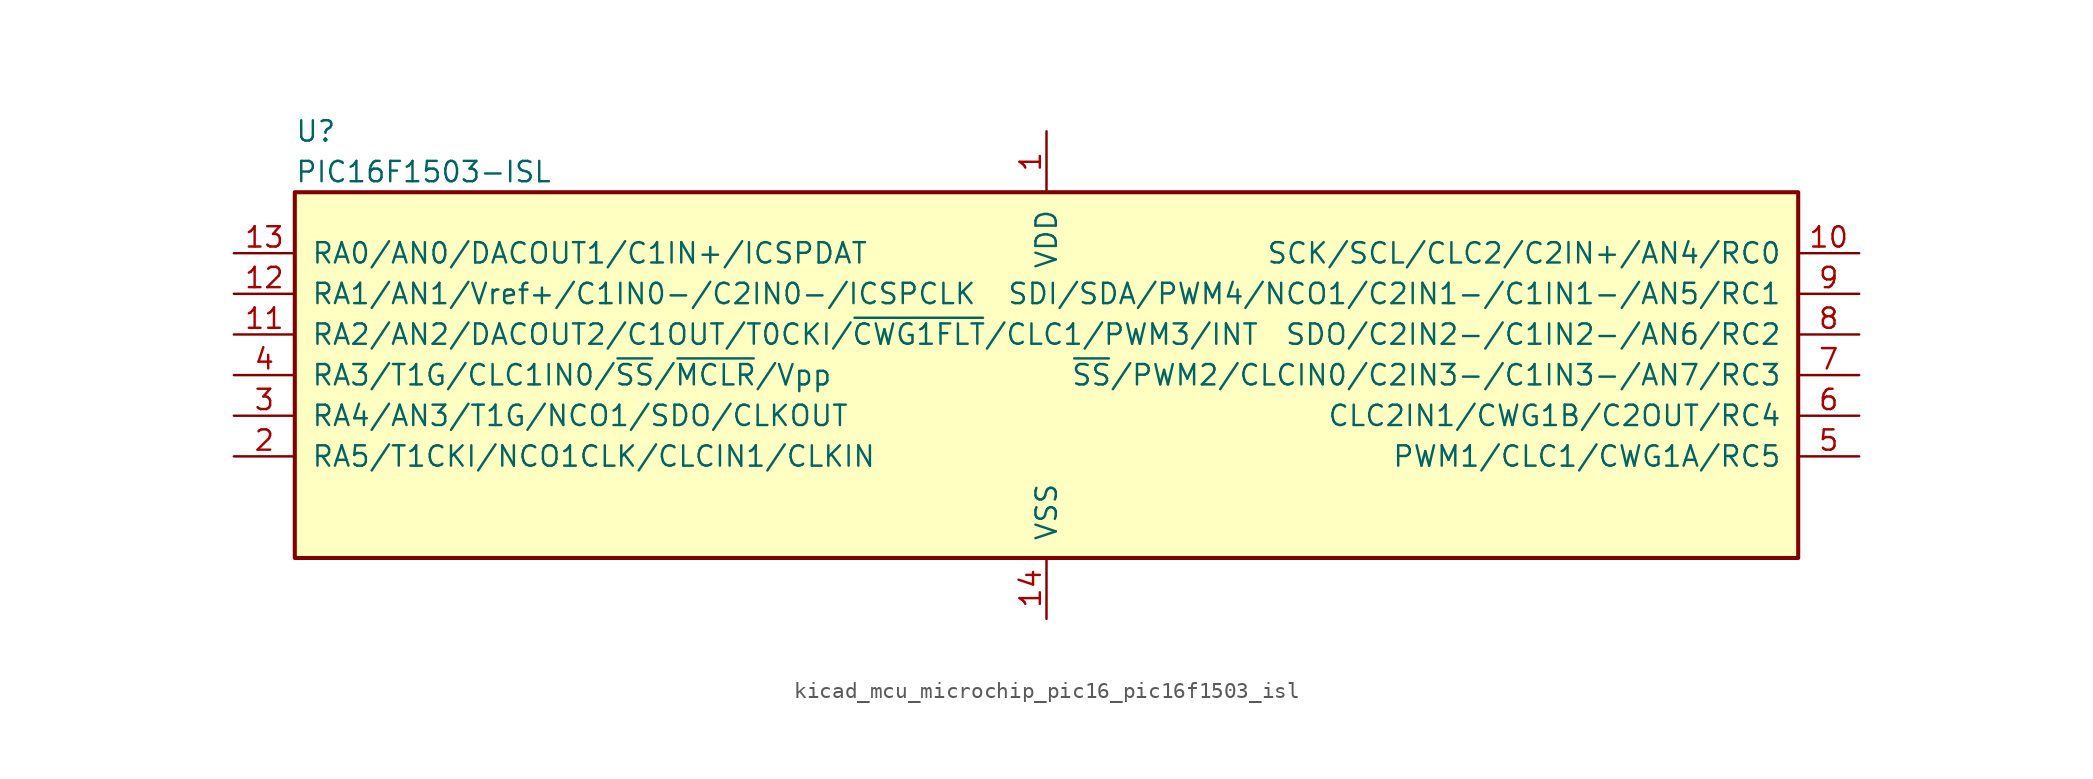
<source format=kicad_sym>
(kicad_symbol_lib
  (version 20220914)
  (generator kicad_symbol_editor)
  (symbol "kicad_mcu_microchip_pic16_pic16f1503_isl"
    (pin_names
      (offset 1.016))
    (property "Reference" "U"
      (at -46.99 15.24 0)
      (effects (font (size 1.27 1.27)) (justify left)))
    (property "Value" "PIC16F1503-ISL"
      (at -46.99 12.7 0)
      (effects (font (size 1.27 1.27)) (justify left)))
    (symbol "kicad_mcu_microchip_pic16_pic16f1503_isl_0_1"
      (rectangle (start -46.99 11.43) (end 46.99 -11.43) (stroke (width 0.254) (type default)) (fill (type background))))
    (symbol "kicad_mcu_microchip_pic16_pic16f1503_isl_1_1"
      (pin power_in line (at 0 15.24 270) (length 3.81) (name "VDD" (effects (font (size 1.27 1.27)))) (number "1" (effects (font (size 1.27 1.27)))))
      (pin bidirectional line (at 50.8 7.62 180) (length 3.81) (name "SCK/SCL/CLC2/C2IN+/AN4/RC0" (effects (font (size 1.27 1.27)))) (number "10" (effects (font (size 1.27 1.27)))))
      (pin bidirectional line (at -50.8 2.54 0) (length 3.81) (name "RA2/AN2/DACOUT2/C1OUT/T0CKI/~{CWG1FLT}/CLC1/PWM3/INT" (effects (font (size 1.27 1.27)))) (number "11" (effects (font (size 1.27 1.27)))))
      (pin bidirectional line (at -50.8 5.08 0) (length 3.81) (name "RA1/AN1/Vref+/C1IN0-/C2IN0-/ICSPCLK" (effects (font (size 1.27 1.27)))) (number "12" (effects (font (size 1.27 1.27)))))
      (pin bidirectional line (at -50.8 7.62 0) (length 3.81) (name "RA0/AN0/DACOUT1/C1IN+/ICSPDAT" (effects (font (size 1.27 1.27)))) (number "13" (effects (font (size 1.27 1.27)))))
      (pin power_in line (at 0 -15.24 90) (length 3.81) (name "VSS" (effects (font (size 1.27 1.27)))) (number "14" (effects (font (size 1.27 1.27)))))
      (pin bidirectional line (at -50.8 -5.08 0) (length 3.81) (name "RA5/T1CKI/NCO1CLK/CLCIN1/CLKIN" (effects (font (size 1.27 1.27)))) (number "2" (effects (font (size 1.27 1.27)))))
      (pin bidirectional line (at -50.8 -2.54 0) (length 3.81) (name "RA4/AN3/T1G/NCO1/SDO/CLKOUT" (effects (font (size 1.27 1.27)))) (number "3" (effects (font (size 1.27 1.27)))))
      (pin input line (at -50.8 0 0) (length 3.81) (name "RA3/T1G/CLC1IN0/~{SS}/~{MCLR}/Vpp" (effects (font (size 1.27 1.27)))) (number "4" (effects (font (size 1.27 1.27)))))
      (pin bidirectional line (at 50.8 -5.08 180) (length 3.81) (name "PWM1/CLC1/CWG1A/RC5" (effects (font (size 1.27 1.27)))) (number "5" (effects (font (size 1.27 1.27)))))
      (pin bidirectional line (at 50.8 -2.54 180) (length 3.81) (name "CLC2IN1/CWG1B/C2OUT/RC4" (effects (font (size 1.27 1.27)))) (number "6" (effects (font (size 1.27 1.27)))))
      (pin bidirectional line (at 50.8 0 180) (length 3.81) (name "~{SS}/PWM2/CLCIN0/C2IN3-/C1IN3-/AN7/RC3" (effects (font (size 1.27 1.27)))) (number "7" (effects (font (size 1.27 1.27)))))
      (pin bidirectional line (at 50.8 2.54 180) (length 3.81) (name "SDO/C2IN2-/C1IN2-/AN6/RC2" (effects (font (size 1.27 1.27)))) (number "8" (effects (font (size 1.27 1.27)))))
      (pin bidirectional line (at 50.8 5.08 180) (length 3.81) (name "SDI/SDA/PWM4/NCO1/C2IN1-/C1IN1-/AN5/RC1" (effects (font (size 1.27 1.27)))) (number "9" (effects (font (size 1.27 1.27))))))))
</source>
